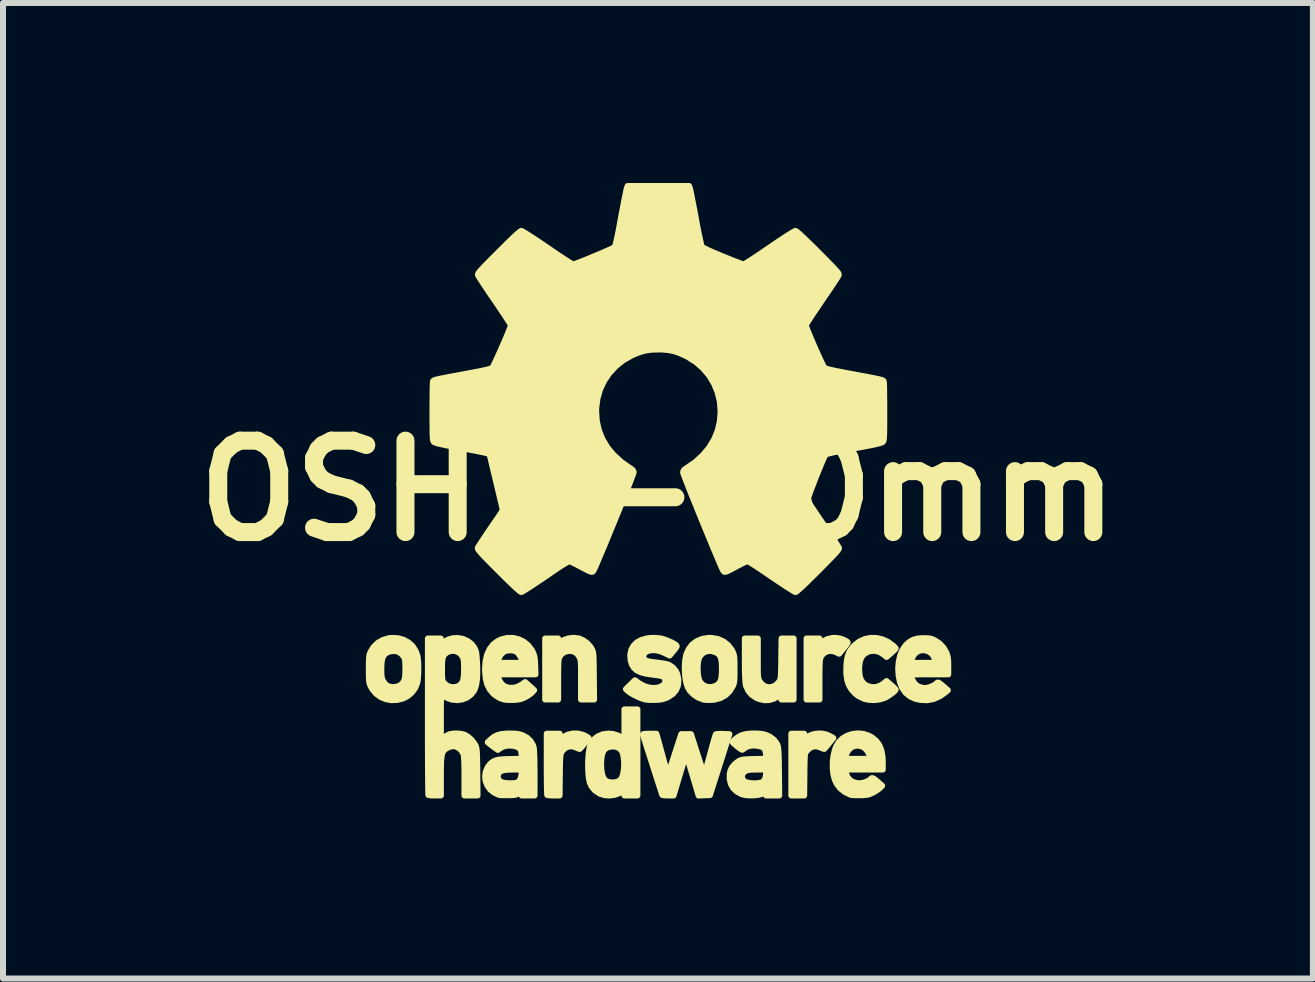
<source format=kicad_pcb>
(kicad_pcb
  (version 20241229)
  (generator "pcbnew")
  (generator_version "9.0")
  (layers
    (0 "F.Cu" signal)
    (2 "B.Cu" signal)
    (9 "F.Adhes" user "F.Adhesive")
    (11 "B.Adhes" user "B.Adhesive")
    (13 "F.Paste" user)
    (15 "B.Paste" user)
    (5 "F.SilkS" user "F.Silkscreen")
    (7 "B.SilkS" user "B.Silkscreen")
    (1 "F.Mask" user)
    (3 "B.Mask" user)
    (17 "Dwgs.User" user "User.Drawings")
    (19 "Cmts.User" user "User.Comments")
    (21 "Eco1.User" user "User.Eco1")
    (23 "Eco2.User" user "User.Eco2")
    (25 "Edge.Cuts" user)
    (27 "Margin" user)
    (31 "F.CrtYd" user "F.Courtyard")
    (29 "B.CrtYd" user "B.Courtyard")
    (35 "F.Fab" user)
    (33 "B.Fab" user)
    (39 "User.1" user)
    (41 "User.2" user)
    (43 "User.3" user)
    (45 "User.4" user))
  (footprint "OSHW-10mm"
    (layer "F.Cu")
    (at 7.918 5.13)
    (property "Reference" "OSHW-10mm" (at 0 0 0) (layer "F.SilkS") (effects (font (size 1.524 1.524) (thickness 0.3))))
    (attr through_hole)
    (fp_poly (pts (xy 3.162 2.53) (xy 3.155 2.545) (xy 3.134 2.575) (xy 3.105 2.613) (xy 3.091 2.63) (xy 3.02 2.717) (xy 2.968 2.691) (xy 2.903 2.67) (xy 2.839 2.673) (xy 2.781 2.696) (xy 2.733 2.74) (xy 2.715 2.77) (xy 2.708 2.785) (xy 2.703 2.806) (xy 2.699 2.833) (xy 2.696 2.871) (xy 2.694 2.922) (xy 2.693 2.991) (xy 2.692 3.08) (xy 2.692 3.146) (xy 2.692 3.48) (xy 2.584 3.48) (xy 2.477 3.48) (xy 2.477 2.972) (xy 2.477 2.464) (xy 2.584 2.464) (xy 2.692 2.464) (xy 2.692 2.508) (xy 2.692 2.553) (xy 2.743 2.517) (xy 2.822 2.474) (xy 2.911 2.454) (xy 2.975 2.454) (xy 3.019 2.461) (xy 3.066 2.474) (xy 3.11 2.492) (xy 3.144 2.51) (xy 3.161 2.526) (xy 3.162 2.53)) (stroke (width 0.1) (type solid)) (fill yes) (layer "F.SilkS"))
    (fp_poly (pts (xy 2.923 4.123) (xy 2.85 4.211) (xy 2.817 4.251) (xy 2.791 4.282) (xy 2.775 4.301) (xy 2.772 4.304) (xy 2.76 4.302) (xy 2.732 4.291) (xy 2.71 4.281) (xy 2.645 4.26) (xy 2.583 4.263) (xy 2.525 4.292) (xy 2.473 4.346) (xy 2.471 4.348) (xy 2.463 4.36) (xy 2.457 4.374) (xy 2.452 4.393) (xy 2.449 4.42) (xy 2.446 4.459) (xy 2.444 4.512) (xy 2.443 4.583) (xy 2.441 4.675) (xy 2.441 4.732) (xy 2.437 5.08) (xy 2.33 5.08) (xy 2.223 5.08) (xy 2.223 4.566) (xy 2.223 4.051) (xy 2.33 4.051) (xy 2.438 4.051) (xy 2.438 4.104) (xy 2.438 4.158) (xy 2.473 4.125) (xy 2.514 4.092) (xy 2.556 4.07) (xy 2.611 4.055) (xy 2.632 4.051) (xy 2.72 4.046) (xy 2.808 4.064) (xy 2.875 4.094) (xy 2.923 4.123)) (stroke (width 0.1) (type solid)) (fill yes) (layer "F.SilkS"))
    (fp_poly (pts (xy -1.156 4.122) (xy -1.163 4.135) (xy -1.183 4.161) (xy -1.21 4.195) (xy -1.24 4.232) (xy -1.269 4.266) (xy -1.293 4.292) (xy -1.306 4.305) (xy -1.307 4.305) (xy -1.321 4.3) (xy -1.35 4.287) (xy -1.368 4.279) (xy -1.433 4.26) (xy -1.495 4.265) (xy -1.552 4.293) (xy -1.599 4.342) (xy -1.61 4.36) (xy -1.617 4.376) (xy -1.622 4.396) (xy -1.626 4.424) (xy -1.629 4.464) (xy -1.632 4.518) (xy -1.634 4.589) (xy -1.635 4.681) (xy -1.636 4.74) (xy -1.64 5.08) (xy -1.739 5.08) (xy -1.787 5.079) (xy -1.824 5.076) (xy -1.844 5.072) (xy -1.846 5.072) (xy -1.848 5.057) (xy -1.849 5.021) (xy -1.851 4.964) (xy -1.852 4.89) (xy -1.853 4.802) (xy -1.854 4.702) (xy -1.854 4.593) (xy -1.854 4.557) (xy -1.854 4.051) (xy -1.746 4.051) (xy -1.638 4.051) (xy -1.638 4.102) (xy -1.638 4.153) (xy -1.581 4.109) (xy -1.507 4.068) (xy -1.423 4.047) (xy -1.335 4.047) (xy -1.25 4.069) (xy -1.222 4.081) (xy -1.187 4.101) (xy -1.163 4.116) (xy -1.156 4.122)) (stroke (width 0.1) (type solid)) (fill yes) (layer "F.SilkS"))
    (fp_poly (pts (xy 2.261 3.48) (xy 2.159 3.48) (xy 2.057 3.48) (xy 2.057 3.428) (xy 2.057 3.376) (xy 2.007 3.42) (xy 1.934 3.466) (xy 1.852 3.49) (xy 1.765 3.491) (xy 1.677 3.469) (xy 1.636 3.451) (xy 1.559 3.398) (xy 1.503 3.331) (xy 1.467 3.249) (xy 1.462 3.225) (xy 1.458 3.193) (xy 1.454 3.139) (xy 1.451 3.067) (xy 1.449 2.98) (xy 1.448 2.881) (xy 1.448 2.812) (xy 1.448 2.464) (xy 1.556 2.464) (xy 1.664 2.464) (xy 1.664 2.792) (xy 1.664 2.892) (xy 1.664 2.97) (xy 1.665 3.03) (xy 1.667 3.074) (xy 1.67 3.106) (xy 1.674 3.13) (xy 1.68 3.149) (xy 1.688 3.166) (xy 1.693 3.175) (xy 1.733 3.228) (xy 1.785 3.262) (xy 1.843 3.276) (xy 1.903 3.27) (xy 1.96 3.245) (xy 2.008 3.199) (xy 2.025 3.175) (xy 2.033 3.16) (xy 2.039 3.143) (xy 2.044 3.12) (xy 2.048 3.089) (xy 2.05 3.046) (xy 2.052 2.988) (xy 2.054 2.912) (xy 2.055 2.814) (xy 2.055 2.797) (xy 2.06 2.464) (xy 2.16 2.464) (xy 2.261 2.464) (xy 2.261 2.972) (xy 2.261 3.48)) (stroke (width 0.1) (type solid)) (fill yes) (layer "F.SilkS"))
    (fp_poly (pts (xy -1.065 3.48) (xy -1.174 3.48) (xy -1.283 3.48) (xy -1.283 3.152) (xy -1.283 3.052) (xy -1.283 2.974) (xy -1.284 2.915) (xy -1.286 2.87) (xy -1.289 2.837) (xy -1.294 2.813) (xy -1.3 2.794) (xy -1.307 2.776) (xy -1.311 2.768) (xy -1.35 2.713) (xy -1.401 2.681) (xy -1.466 2.67) (xy -1.49 2.671) (xy -1.557 2.687) (xy -1.609 2.723) (xy -1.641 2.77) (xy -1.648 2.785) (xy -1.654 2.806) (xy -1.658 2.833) (xy -1.66 2.871) (xy -1.662 2.922) (xy -1.663 2.991) (xy -1.664 3.08) (xy -1.664 3.146) (xy -1.664 3.48) (xy -1.772 3.48) (xy -1.88 3.48) (xy -1.88 2.972) (xy -1.88 2.464) (xy -1.772 2.464) (xy -1.664 2.464) (xy -1.664 2.51) (xy -1.664 2.557) (xy -1.635 2.531) (xy -1.572 2.489) (xy -1.494 2.462) (xy -1.41 2.452) (xy -1.328 2.461) (xy -1.313 2.464) (xy -1.244 2.495) (xy -1.178 2.543) (xy -1.125 2.603) (xy -1.105 2.636) (xy -1.096 2.654) (xy -1.089 2.672) (xy -1.083 2.691) (xy -1.079 2.716) (xy -1.076 2.749) (xy -1.074 2.794) (xy -1.072 2.853) (xy -1.071 2.93) (xy -1.07 3.028) (xy -1.069 3.089) (xy -1.065 3.48)) (stroke (width 0.1) (type solid)) (fill yes) (layer "F.SilkS"))
    (fp_poly (pts (xy 3.962 3.316) (xy 3.952 3.332) (xy 3.926 3.357) (xy 3.888 3.386) (xy 3.846 3.416) (xy 3.803 3.442) (xy 3.785 3.451) (xy 3.702 3.478) (xy 3.607 3.49) (xy 3.51 3.485) (xy 3.433 3.467) (xy 3.347 3.426) (xy 3.29 3.383) (xy 3.228 3.316) (xy 3.183 3.241) (xy 3.154 3.154) (xy 3.14 3.051) (xy 3.14 2.933) (xy 3.148 2.833) (xy 3.165 2.752) (xy 3.193 2.685) (xy 3.233 2.624) (xy 3.275 2.578) (xy 3.356 2.514) (xy 3.446 2.473) (xy 3.543 2.453) (xy 3.643 2.455) (xy 3.742 2.478) (xy 3.838 2.522) (xy 3.926 2.588) (xy 3.927 2.589) (xy 3.95 2.612) (xy 3.962 2.628) (xy 3.962 2.63) (xy 3.953 2.642) (xy 3.93 2.666) (xy 3.896 2.697) (xy 3.886 2.705) (xy 3.81 2.771) (xy 3.769 2.736) (xy 3.697 2.69) (xy 3.622 2.669) (xy 3.544 2.672) (xy 3.485 2.691) (xy 3.429 2.727) (xy 3.39 2.779) (xy 3.365 2.848) (xy 3.354 2.937) (xy 3.353 2.972) (xy 3.359 3.067) (xy 3.379 3.143) (xy 3.414 3.2) (xy 3.464 3.242) (xy 3.485 3.252) (xy 3.562 3.275) (xy 3.64 3.272) (xy 3.715 3.245) (xy 3.769 3.208) (xy 3.81 3.173) (xy 3.886 3.239) (xy 3.922 3.272) (xy 3.949 3.298) (xy 3.962 3.314) (xy 3.962 3.316)) (stroke (width 0.1) (type solid)) (fill yes) (layer "F.SilkS"))
    (fp_poly (pts (xy -0.343 5.08) (xy -0.451 5.08) (xy -0.559 5.08) (xy -0.559 5.027) (xy -0.559 4.974) (xy -0.564 4.979) (xy -0.564 4.588) (xy -0.565 4.513) (xy -0.572 4.442) (xy -0.584 4.381) (xy -0.601 4.339) (xy -0.602 4.337) (xy -0.644 4.292) (xy -0.699 4.268) (xy -0.756 4.262) (xy -0.823 4.271) (xy -0.876 4.299) (xy -0.909 4.337) (xy -0.927 4.379) (xy -0.94 4.439) (xy -0.947 4.511) (xy -0.948 4.588) (xy -0.943 4.662) (xy -0.928 4.741) (xy -0.904 4.798) (xy -0.87 4.836) (xy -0.822 4.857) (xy -0.759 4.864) (xy -0.758 4.864) (xy -0.713 4.86) (xy -0.673 4.85) (xy -0.662 4.846) (xy -0.626 4.82) (xy -0.601 4.784) (xy -0.583 4.731) (xy -0.57 4.661) (xy -0.564 4.588) (xy -0.564 4.979) (xy -0.587 5.001) (xy -0.65 5.043) (xy -0.726 5.07) (xy -0.809 5.081) (xy -0.893 5.074) (xy -0.97 5.05) (xy -0.975 5.047) (xy -1.049 4.997) (xy -1.105 4.931) (xy -1.136 4.865) (xy -1.15 4.804) (xy -1.159 4.728) (xy -1.164 4.64) (xy -1.165 4.548) (xy -1.161 4.456) (xy -1.154 4.37) (xy -1.142 4.296) (xy -1.127 4.238) (xy -1.119 4.22) (xy -1.069 4.148) (xy -1.003 4.095) (xy -0.922 4.061) (xy -0.829 4.048) (xy -0.826 4.048) (xy -0.743 4.056) (xy -0.665 4.081) (xy -0.6 4.119) (xy -0.588 4.13) (xy -0.559 4.157) (xy -0.559 3.901) (xy -0.559 3.645) (xy -0.451 3.645) (xy -0.343 3.645) (xy -0.343 4.362) (xy -0.343 5.08)) (stroke (width 0.1) (type solid)) (fill yes) (layer "F.SilkS"))
    (fp_poly (pts (xy 3.747 4.648) (xy 3.531 4.648) (xy 3.531 4.47) (xy 3.531 4.441) (xy 3.52 4.39) (xy 3.491 4.338) (xy 3.45 4.293) (xy 3.416 4.27) (xy 3.351 4.249) (xy 3.287 4.251) (xy 3.228 4.274) (xy 3.18 4.316) (xy 3.144 4.374) (xy 3.13 4.423) (xy 3.121 4.47) (xy 3.326 4.47) (xy 3.531 4.47) (xy 3.531 4.648) (xy 3.434 4.648) (xy 3.121 4.648) (xy 3.13 4.696) (xy 3.155 4.768) (xy 3.198 4.823) (xy 3.257 4.859) (xy 3.331 4.876) (xy 3.355 4.877) (xy 3.415 4.87) (xy 3.473 4.852) (xy 3.521 4.828) (xy 3.542 4.809) (xy 3.556 4.795) (xy 3.57 4.79) (xy 3.589 4.795) (xy 3.616 4.813) (xy 3.656 4.846) (xy 3.69 4.876) (xy 3.737 4.917) (xy 3.7 4.955) (xy 3.67 4.98) (xy 3.626 5.009) (xy 3.582 5.033) (xy 3.54 5.052) (xy 3.505 5.065) (xy 3.467 5.071) (xy 3.418 5.075) (xy 3.372 5.076) (xy 3.314 5.076) (xy 3.263 5.075) (xy 3.226 5.071) (xy 3.213 5.069) (xy 3.12 5.025) (xy 3.039 4.962) (xy 2.98 4.885) (xy 2.946 4.811) (xy 2.923 4.72) (xy 2.913 4.619) (xy 2.914 4.513) (xy 2.927 4.408) (xy 2.953 4.31) (xy 2.969 4.267) (xy 3.016 4.19) (xy 3.079 4.128) (xy 3.156 4.083) (xy 3.242 4.055) (xy 3.334 4.045) (xy 3.426 4.054) (xy 3.516 4.084) (xy 3.571 4.115) (xy 3.64 4.173) (xy 3.692 4.246) (xy 3.726 4.334) (xy 3.744 4.44) (xy 3.747 4.515) (xy 3.747 4.648)) (stroke (width 0.1) (type solid)) (fill yes) (layer "F.SilkS"))
    (fp_poly (pts (xy 1.276 2.972) (xy 1.276 3.054) (xy 1.275 3.115) (xy 1.273 3.16) (xy 1.268 3.194) (xy 1.262 3.22) (xy 1.253 3.243) (xy 1.249 3.253) (xy 1.196 3.34) (xy 1.127 3.408) (xy 1.066 3.442) (xy 1.066 2.972) (xy 1.064 2.884) (xy 1.056 2.817) (xy 1.042 2.768) (xy 1.019 2.732) (xy 0.986 2.705) (xy 0.957 2.69) (xy 0.886 2.67) (xy 0.818 2.674) (xy 0.757 2.699) (xy 0.708 2.746) (xy 0.694 2.767) (xy 0.676 2.815) (xy 0.665 2.879) (xy 0.661 2.953) (xy 0.663 3.029) (xy 0.672 3.1) (xy 0.688 3.159) (xy 0.703 3.19) (xy 0.749 3.238) (xy 0.808 3.267) (xy 0.874 3.275) (xy 0.942 3.261) (xy 0.967 3.25) (xy 1.005 3.226) (xy 1.032 3.193) (xy 1.051 3.149) (xy 1.061 3.09) (xy 1.066 3.011) (xy 1.066 2.972) (xy 1.066 3.442) (xy 1.043 3.455) (xy 0.945 3.482) (xy 0.893 3.487) (xy 0.84 3.488) (xy 0.791 3.486) (xy 0.758 3.482) (xy 0.756 3.481) (xy 0.671 3.448) (xy 0.595 3.398) (xy 0.533 3.336) (xy 0.495 3.272) (xy 0.472 3.201) (xy 0.456 3.112) (xy 0.448 3.014) (xy 0.447 2.914) (xy 0.455 2.819) (xy 0.471 2.737) (xy 0.474 2.726) (xy 0.515 2.637) (xy 0.573 2.563) (xy 0.648 2.507) (xy 0.737 2.47) (xy 0.836 2.454) (xy 0.896 2.454) (xy 0.999 2.472) (xy 1.09 2.512) (xy 1.167 2.572) (xy 1.228 2.651) (xy 1.249 2.691) (xy 1.259 2.715) (xy 1.266 2.739) (xy 1.271 2.769) (xy 1.274 2.809) (xy 1.276 2.864) (xy 1.276 2.938) (xy 1.276 2.972)) (stroke (width 0.1) (type solid)) (fill yes) (layer "F.SilkS"))
    (fp_poly (pts (xy -3.995 2.942) (xy -3.995 3.023) (xy -3.999 3.099) (xy -4.005 3.162) (xy -4.011 3.197) (xy -4.046 3.286) (xy -4.101 3.362) (xy -4.171 3.422) (xy -4.21 3.442) (xy -4.21 2.972) (xy -4.211 2.9) (xy -4.213 2.848) (xy -4.218 2.811) (xy -4.226 2.784) (xy -4.232 2.773) (xy -4.275 2.719) (xy -4.331 2.684) (xy -4.397 2.67) (xy -4.466 2.678) (xy -4.501 2.69) (xy -4.542 2.714) (xy -4.573 2.746) (xy -4.593 2.79) (xy -4.606 2.849) (xy -4.611 2.928) (xy -4.612 2.973) (xy -4.611 3.039) (xy -4.608 3.086) (xy -4.602 3.121) (xy -4.593 3.15) (xy -4.582 3.172) (xy -4.544 3.228) (xy -4.494 3.261) (xy -4.431 3.274) (xy -4.397 3.273) (xy -4.341 3.263) (xy -4.299 3.245) (xy -4.295 3.242) (xy -4.262 3.214) (xy -4.239 3.182) (xy -4.223 3.143) (xy -4.214 3.091) (xy -4.211 3.021) (xy -4.21 2.972) (xy -4.21 3.442) (xy -4.254 3.464) (xy -4.347 3.488) (xy -4.446 3.491) (xy -4.535 3.475) (xy -4.624 3.438) (xy -4.702 3.38) (xy -4.765 3.303) (xy -4.793 3.252) (xy -4.803 3.228) (xy -4.81 3.204) (xy -4.815 3.173) (xy -4.818 3.133) (xy -4.819 3.077) (xy -4.82 3.002) (xy -4.82 2.972) (xy -4.819 2.89) (xy -4.818 2.828) (xy -4.816 2.783) (xy -4.812 2.75) (xy -4.806 2.724) (xy -4.797 2.7) (xy -4.793 2.691) (xy -4.739 2.604) (xy -4.669 2.536) (xy -4.584 2.487) (xy -4.486 2.459) (xy -4.439 2.454) (xy -4.335 2.458) (xy -4.241 2.484) (xy -4.158 2.53) (xy -4.089 2.593) (xy -4.038 2.673) (xy -4.011 2.747) (xy -4.003 2.797) (xy -3.997 2.864) (xy -3.995 2.942)) (stroke (width 0.1) (type solid)) (fill yes) (layer "F.SilkS"))
    (fp_poly (pts (xy -2.042 3.061) (xy -2.261 3.061) (xy -2.261 2.847) (xy -2.269 2.814) (xy -2.289 2.771) (xy -2.316 2.728) (xy -2.345 2.694) (xy -2.354 2.687) (xy -2.398 2.667) (xy -2.454 2.66) (xy -2.511 2.663) (xy -2.56 2.679) (xy -2.573 2.687) (xy -2.627 2.739) (xy -2.657 2.8) (xy -2.663 2.823) (xy -2.67 2.87) (xy -2.465 2.87) (xy -2.389 2.87) (xy -2.334 2.869) (xy -2.297 2.867) (xy -2.275 2.864) (xy -2.264 2.858) (xy -2.261 2.851) (xy -2.261 2.847) (xy -2.261 3.061) (xy -2.354 3.061) (xy -2.667 3.061) (xy -2.667 3.09) (xy -2.661 3.118) (xy -2.647 3.157) (xy -2.638 3.175) (xy -2.597 3.231) (xy -2.542 3.268) (xy -2.476 3.286) (xy -2.405 3.285) (xy -2.331 3.265) (xy -2.259 3.224) (xy -2.254 3.22) (xy -2.214 3.19) (xy -2.139 3.257) (xy -2.064 3.325) (xy -2.102 3.365) (xy -2.134 3.392) (xy -2.178 3.422) (xy -2.219 3.444) (xy -2.265 3.465) (xy -2.307 3.477) (xy -2.356 3.484) (xy -2.409 3.487) (xy -2.467 3.488) (xy -2.521 3.486) (xy -2.561 3.481) (xy -2.569 3.479) (xy -2.641 3.454) (xy -2.707 3.413) (xy -2.745 3.382) (xy -2.803 3.313) (xy -2.846 3.228) (xy -2.872 3.126) (xy -2.882 3.004) (xy -2.883 2.976) (xy -2.874 2.844) (xy -2.848 2.731) (xy -2.804 2.637) (xy -2.744 2.561) (xy -2.666 2.503) (xy -2.609 2.477) (xy -2.513 2.454) (xy -2.416 2.454) (xy -2.323 2.476) (xy -2.237 2.518) (xy -2.163 2.579) (xy -2.103 2.657) (xy -2.085 2.692) (xy -2.07 2.728) (xy -2.06 2.764) (xy -2.053 2.806) (xy -2.049 2.862) (xy -2.047 2.911) (xy -2.042 3.061)) (stroke (width 0.1) (type solid)) (fill yes) (layer "F.SilkS"))
    (fp_poly (pts (xy 4.839 3.061) (xy 4.626 3.061) (xy 4.626 2.87) (xy 4.618 2.823) (xy 4.597 2.76) (xy 4.559 2.712) (xy 4.51 2.678) (xy 4.452 2.66) (xy 4.393 2.658) (xy 4.336 2.675) (xy 4.285 2.711) (xy 4.261 2.742) (xy 4.24 2.782) (xy 4.225 2.822) (xy 4.223 2.829) (xy 4.214 2.87) (xy 4.42 2.87) (xy 4.626 2.87) (xy 4.626 3.061) (xy 4.528 3.061) (xy 4.428 3.061) (xy 4.351 3.061) (xy 4.294 3.063) (xy 4.255 3.066) (xy 4.23 3.072) (xy 4.219 3.082) (xy 4.217 3.096) (xy 4.223 3.115) (xy 4.233 3.14) (xy 4.236 3.147) (xy 4.276 3.213) (xy 4.33 3.259) (xy 4.399 3.284) (xy 4.458 3.289) (xy 4.498 3.283) (xy 4.547 3.267) (xy 4.596 3.245) (xy 4.634 3.221) (xy 4.646 3.209) (xy 4.657 3.199) (xy 4.671 3.198) (xy 4.69 3.207) (xy 4.72 3.229) (xy 4.763 3.266) (xy 4.782 3.282) (xy 4.832 3.326) (xy 4.794 3.359) (xy 4.697 3.427) (xy 4.593 3.472) (xy 4.485 3.492) (xy 4.373 3.487) (xy 4.289 3.468) (xy 4.2 3.427) (xy 4.128 3.367) (xy 4.072 3.288) (xy 4.033 3.189) (xy 4.012 3.085) (xy 4.004 2.964) (xy 4.014 2.849) (xy 4.038 2.743) (xy 4.077 2.652) (xy 4.129 2.578) (xy 4.135 2.571) (xy 4.193 2.519) (xy 4.253 2.485) (xy 4.321 2.465) (xy 4.404 2.458) (xy 4.426 2.458) (xy 4.485 2.459) (xy 4.529 2.463) (xy 4.565 2.472) (xy 4.603 2.488) (xy 4.613 2.493) (xy 4.692 2.545) (xy 4.759 2.616) (xy 4.807 2.698) (xy 4.813 2.713) (xy 4.826 2.754) (xy 4.834 2.8) (xy 4.838 2.856) (xy 4.839 2.921) (xy 4.839 3.061)) (stroke (width 0.1) (type solid)) (fill yes) (layer "F.SilkS"))
    (fp_poly (pts (xy -2.057 5.08) (xy -2.165 5.08) (xy -2.273 5.08) (xy -2.273 5.041) (xy -2.273 5.003) (xy -2.273 4.706) (xy -2.273 4.648) (xy -2.415 4.648) (xy -2.498 4.65) (xy -2.56 4.656) (xy -2.605 4.668) (xy -2.636 4.685) (xy -2.658 4.711) (xy -2.66 4.714) (xy -2.673 4.759) (xy -2.665 4.804) (xy -2.636 4.841) (xy -2.612 4.856) (xy -2.576 4.867) (xy -2.523 4.874) (xy -2.463 4.877) (xy -2.405 4.875) (xy -2.358 4.868) (xy -2.343 4.864) (xy -2.311 4.839) (xy -2.288 4.795) (xy -2.275 4.737) (xy -2.273 4.706) (xy -2.273 5.003) (xy -2.32 5.038) (xy -2.343 5.054) (xy -2.366 5.065) (xy -2.394 5.071) (xy -2.436 5.074) (xy -2.494 5.076) (xy -2.552 5.076) (xy -2.604 5.075) (xy -2.642 5.071) (xy -2.654 5.069) (xy -2.734 5.031) (xy -2.798 4.978) (xy -2.844 4.913) (xy -2.873 4.839) (xy -2.882 4.762) (xy -2.871 4.684) (xy -2.838 4.609) (xy -2.802 4.561) (xy -2.772 4.532) (xy -2.739 4.51) (xy -2.7 4.494) (xy -2.65 4.483) (xy -2.585 4.477) (xy -2.5 4.473) (xy -2.473 4.473) (xy -2.273 4.468) (xy -2.273 4.4) (xy -2.28 4.34) (xy -2.302 4.298) (xy -2.342 4.271) (xy -2.4 4.254) (xy -2.486 4.247) (xy -2.561 4.258) (xy -2.622 4.286) (xy -2.626 4.289) (xy -2.668 4.32) (xy -2.715 4.288) (xy -2.755 4.259) (xy -2.794 4.229) (xy -2.8 4.224) (xy -2.838 4.193) (xy -2.785 4.143) (xy -2.733 4.102) (xy -2.675 4.073) (xy -2.605 4.056) (xy -2.519 4.048) (xy -2.464 4.047) (xy -2.393 4.049) (xy -2.339 4.054) (xy -2.294 4.064) (xy -2.258 4.076) (xy -2.184 4.116) (xy -2.125 4.171) (xy -2.085 4.238) (xy -2.071 4.281) (xy -2.067 4.312) (xy -2.064 4.365) (xy -2.061 4.437) (xy -2.059 4.524) (xy -2.058 4.623) (xy -2.057 4.712) (xy -2.057 5.08)) (stroke (width 0.1) (type solid)) (fill yes) (layer "F.SilkS"))
    (fp_poly (pts (xy 0.341 3.158) (xy 0.334 3.243) (xy 0.304 3.319) (xy 0.251 3.383) (xy 0.177 3.435) (xy 0.151 3.448) (xy 0.102 3.467) (xy 0.056 3.479) (xy 0.001 3.485) (xy -0.044 3.487) (xy -0.104 3.488) (xy -0.161 3.486) (xy -0.206 3.481) (xy -0.215 3.479) (xy -0.268 3.464) (xy -0.331 3.437) (xy -0.397 3.405) (xy -0.455 3.372) (xy -0.493 3.344) (xy -0.534 3.308) (xy -0.459 3.234) (xy -0.384 3.16) (xy -0.319 3.207) (xy -0.23 3.257) (xy -0.136 3.284) (xy -0.065 3.289) (xy 0.004 3.281) (xy 0.06 3.26) (xy 0.101 3.229) (xy 0.123 3.189) (xy 0.122 3.146) (xy 0.113 3.123) (xy 0.096 3.106) (xy 0.067 3.092) (xy 0.022 3.081) (xy -0.041 3.072) (xy -0.094 3.065) (xy -0.202 3.049) (xy -0.288 3.026) (xy -0.354 2.993) (xy -0.402 2.95) (xy -0.435 2.896) (xy -0.456 2.827) (xy -0.456 2.825) (xy -0.462 2.735) (xy -0.446 2.654) (xy -0.408 2.585) (xy -0.351 2.528) (xy -0.275 2.487) (xy -0.182 2.461) (xy -0.127 2.455) (xy -0.066 2.453) (xy -0.003 2.457) (xy 0.044 2.462) (xy 0.1 2.477) (xy 0.164 2.501) (xy 0.227 2.529) (xy 0.278 2.557) (xy 0.297 2.571) (xy 0.308 2.58) (xy 0.312 2.589) (xy 0.309 2.603) (xy 0.295 2.624) (xy 0.269 2.657) (xy 0.23 2.705) (xy 0.225 2.71) (xy 0.195 2.747) (xy 0.112 2.706) (xy 0.048 2.68) (xy -0.016 2.662) (xy -0.042 2.658) (xy -0.111 2.658) (xy -0.169 2.671) (xy -0.213 2.695) (xy -0.239 2.729) (xy -0.245 2.769) (xy -0.24 2.79) (xy -0.228 2.812) (xy -0.207 2.828) (xy -0.173 2.841) (xy -0.122 2.852) (xy -0.052 2.861) (xy -0.016 2.865) (xy 0.048 2.873) (xy 0.108 2.883) (xy 0.155 2.893) (xy 0.182 2.902) (xy 0.249 2.947) (xy 0.299 3.008) (xy 0.324 3.064) (xy 0.341 3.158)) (stroke (width 0.1) (type solid)) (fill yes) (layer "F.SilkS"))
    (fp_poly (pts (xy 1.19 4.058) (xy 1.028 4.566) (xy 0.866 5.074) (xy 0.771 5.077) (xy 0.677 5.081) (xy 0.578 4.747) (xy 0.552 4.659) (xy 0.528 4.579) (xy 0.507 4.511) (xy 0.49 4.457) (xy 0.478 4.42) (xy 0.472 4.405) (xy 0.471 4.404) (xy 0.466 4.414) (xy 0.454 4.445) (xy 0.438 4.494) (xy 0.417 4.558) (xy 0.393 4.636) (xy 0.367 4.722) (xy 0.362 4.738) (xy 0.26 5.08) (xy 0.169 5.08) (xy 0.124 5.079) (xy 0.089 5.076) (xy 0.072 5.071) (xy 0.072 5.07) (xy 0.067 5.057) (xy 0.055 5.021) (xy 0.038 4.967) (xy 0.015 4.896) (xy -0.013 4.812) (xy -0.043 4.716) (xy -0.076 4.612) (xy -0.089 4.572) (xy -0.123 4.465) (xy -0.155 4.366) (xy -0.184 4.276) (xy -0.208 4.199) (xy -0.228 4.137) (xy -0.242 4.093) (xy -0.25 4.07) (xy -0.251 4.067) (xy -0.247 4.059) (xy -0.227 4.054) (xy -0.187 4.052) (xy -0.142 4.051) (xy -0.027 4.051) (xy -0.008 4.115) (xy 0.000434 4.147) (xy 0.015 4.198) (xy 0.033 4.264) (xy 0.054 4.341) (xy 0.077 4.424) (xy 0.084 4.452) (xy 0.106 4.531) (xy 0.126 4.601) (xy 0.143 4.658) (xy 0.156 4.7) (xy 0.164 4.722) (xy 0.165 4.724) (xy 0.171 4.713) (xy 0.183 4.68) (xy 0.201 4.629) (xy 0.223 4.564) (xy 0.249 4.486) (xy 0.277 4.4) (xy 0.28 4.391) (xy 0.388 4.058) (xy 0.469 4.058) (xy 0.55 4.058) (xy 0.659 4.397) (xy 0.687 4.484) (xy 0.713 4.562) (xy 0.736 4.627) (xy 0.755 4.678) (xy 0.768 4.71) (xy 0.776 4.721) (xy 0.776 4.721) (xy 0.782 4.705) (xy 0.793 4.668) (xy 0.808 4.613) (xy 0.828 4.544) (xy 0.85 4.464) (xy 0.87 4.388) (xy 0.894 4.302) (xy 0.915 4.224) (xy 0.934 4.157) (xy 0.95 4.106) (xy 0.96 4.072) (xy 0.965 4.06) (xy 0.981 4.056) (xy 1.016 4.054) (xy 1.063 4.053) (xy 1.082 4.054) (xy 1.19 4.058)) (stroke (width 0.1) (type solid)) (fill yes) (layer "F.SilkS"))
    (fp_poly (pts (xy 2.021 5.08) (xy 1.912 5.08) (xy 1.803 5.08) (xy 1.803 4.648) (xy 1.654 4.648) (xy 1.583 4.649) (xy 1.531 4.652) (xy 1.494 4.658) (xy 1.466 4.668) (xy 1.461 4.67) (xy 1.42 4.702) (xy 1.4 4.743) (xy 1.401 4.787) (xy 1.423 4.828) (xy 1.451 4.852) (xy 1.491 4.866) (xy 1.546 4.875) (xy 1.608 4.878) (xy 1.669 4.875) (xy 1.72 4.865) (xy 1.74 4.858) (xy 1.773 4.827) (xy 1.795 4.775) (xy 1.803 4.706) (xy 1.803 4.696) (xy 1.803 4.648) (xy 1.803 5.08) (xy 1.803 5.032) (xy 1.802 5.003) (xy 1.797 4.997) (xy 1.789 5.008) (xy 1.769 5.028) (xy 1.736 5.049) (xy 1.723 5.056) (xy 1.673 5.07) (xy 1.607 5.078) (xy 1.535 5.079) (xy 1.464 5.074) (xy 1.405 5.061) (xy 1.398 5.059) (xy 1.319 5.019) (xy 1.259 4.963) (xy 1.217 4.893) (xy 1.196 4.812) (xy 1.196 4.724) (xy 1.207 4.67) (xy 1.234 4.613) (xy 1.28 4.558) (xy 1.337 4.513) (xy 1.351 4.505) (xy 1.374 4.494) (xy 1.399 4.486) (xy 1.431 4.481) (xy 1.474 4.477) (xy 1.534 4.474) (xy 1.605 4.473) (xy 1.806 4.468) (xy 1.801 4.393) (xy 1.792 4.335) (xy 1.773 4.296) (xy 1.738 4.272) (xy 1.683 4.256) (xy 1.676 4.254) (xy 1.598 4.246) (xy 1.527 4.253) (xy 1.469 4.274) (xy 1.449 4.288) (xy 1.423 4.307) (xy 1.405 4.318) (xy 1.404 4.318) (xy 1.389 4.311) (xy 1.361 4.292) (xy 1.327 4.266) (xy 1.293 4.238) (xy 1.264 4.213) (xy 1.247 4.196) (xy 1.245 4.192) (xy 1.255 4.173) (xy 1.282 4.147) (xy 1.32 4.118) (xy 1.362 4.092) (xy 1.403 4.073) (xy 1.411 4.07) (xy 1.476 4.055) (xy 1.555 4.048) (xy 1.64 4.047) (xy 1.722 4.053) (xy 1.79 4.067) (xy 1.791 4.067) (xy 1.864 4.1) (xy 1.928 4.147) (xy 1.975 4.205) (xy 1.989 4.232) (xy 1.995 4.25) (xy 2.001 4.271) (xy 2.005 4.299) (xy 2.008 4.337) (xy 2.011 4.386) (xy 2.013 4.452) (xy 2.015 4.535) (xy 2.016 4.64) (xy 2.017 4.683) (xy 2.021 5.08)) (stroke (width 0.1) (type solid)) (fill yes) (layer "F.SilkS"))
    (fp_poly (pts (xy -3.008 5.08) (xy -3.117 5.08) (xy -3.226 5.08) (xy -3.226 4.761) (xy -3.226 4.641) (xy -3.228 4.543) (xy -3.232 4.468) (xy -3.236 4.416) (xy -3.241 4.392) (xy -3.268 4.339) (xy -3.313 4.294) (xy -3.366 4.265) (xy -3.386 4.26) (xy -3.439 4.26) (xy -3.496 4.278) (xy -3.546 4.307) (xy -3.572 4.333) (xy -3.586 4.354) (xy -3.596 4.381) (xy -3.605 4.415) (xy -3.611 4.46) (xy -3.615 4.519) (xy -3.617 4.595) (xy -3.619 4.691) (xy -3.619 4.778) (xy -3.619 5.08) (xy -3.719 5.08) (xy -3.767 5.079) (xy -3.805 5.076) (xy -3.825 5.072) (xy -3.827 5.072) (xy -3.828 5.058) (xy -3.829 5.021) (xy -3.83 4.961) (xy -3.831 4.882) (xy -3.832 4.783) (xy -3.833 4.668) (xy -3.834 4.538) (xy -3.834 4.394) (xy -3.835 4.238) (xy -3.835 4.072) (xy -3.835 3.898) (xy -3.835 3.763) (xy -3.835 2.464) (xy -3.728 2.464) (xy -3.621 2.464) (xy -3.617 2.509) (xy -3.613 2.554) (xy -3.57 2.522) (xy -3.494 2.48) (xy -3.412 2.458) (xy -3.329 2.456) (xy -3.248 2.472) (xy -3.174 2.505) (xy -3.11 2.554) (xy -3.061 2.617) (xy -3.035 2.678) (xy -3.029 2.708) (xy -3.024 2.756) (xy -3.019 2.818) (xy -3.015 2.887) (xy -3.014 2.908) (xy -3.012 3.041) (xy -3.018 3.151) (xy -3.032 3.239) (xy -3.054 3.308) (xy -3.067 3.335) (xy -3.119 3.4) (xy -3.186 3.449) (xy -3.232 3.467) (xy -3.232 2.972) (xy -3.233 2.902) (xy -3.235 2.852) (xy -3.239 2.816) (xy -3.247 2.788) (xy -3.258 2.762) (xy -3.258 2.762) (xy -3.297 2.713) (xy -3.35 2.681) (xy -3.41 2.667) (xy -3.471 2.674) (xy -3.519 2.696) (xy -3.549 2.719) (xy -3.57 2.744) (xy -3.585 2.775) (xy -3.594 2.818) (xy -3.599 2.875) (xy -3.6 2.953) (xy -3.6 2.979) (xy -3.6 3.053) (xy -3.598 3.106) (xy -3.595 3.143) (xy -3.589 3.169) (xy -3.58 3.188) (xy -3.578 3.192) (xy -3.533 3.238) (xy -3.476 3.267) (xy -3.412 3.277) (xy -3.349 3.266) (xy -3.317 3.251) (xy -3.285 3.226) (xy -3.262 3.195) (xy -3.246 3.153) (xy -3.237 3.096) (xy -3.233 3.02) (xy -3.232 2.972) (xy -3.232 3.467) (xy -3.264 3.479) (xy -3.347 3.491) (xy -3.431 3.483) (xy -3.512 3.455) (xy -3.564 3.422) (xy -3.591 3.403) (xy -3.61 3.392) (xy -3.612 3.391) (xy -3.614 3.403) (xy -3.616 3.438) (xy -3.617 3.491) (xy -3.618 3.561) (xy -3.619 3.644) (xy -3.619 3.736) (xy -3.619 3.772) (xy -3.619 4.153) (xy -3.562 4.109) (xy -3.52 4.082) (xy -3.478 4.061) (xy -3.457 4.055) (xy -3.394 4.047) (xy -3.325 4.048) (xy -3.262 4.056) (xy -3.224 4.067) (xy -3.163 4.103) (xy -3.105 4.156) (xy -3.059 4.216) (xy -3.046 4.239) (xy -3.037 4.257) (xy -3.031 4.275) (xy -3.026 4.296) (xy -3.022 4.323) (xy -3.019 4.359) (xy -3.017 4.407) (xy -3.015 4.471) (xy -3.014 4.554) (xy -3.012 4.658) (xy -3.012 4.689) (xy -3.008 5.08)) (stroke (width 0.1) (type solid)) (fill yes) (layer "F.SilkS"))
    (fp_poly (pts (xy 3.772 -1.321) (xy 3.772 -1.197) (xy 3.772 -1.096) (xy 3.771 -1.016) (xy 3.77 -0.953) (xy 3.768 -0.906) (xy 3.766 -0.871) (xy 3.763 -0.847) (xy 3.759 -0.831) (xy 3.754 -0.821) (xy 3.75 -0.816) (xy 3.74 -0.808) (xy 3.722 -0.8) (xy 3.693 -0.791) (xy 3.651 -0.781) (xy 3.595 -0.768) (xy 3.521 -0.753) (xy 3.427 -0.735) (xy 3.311 -0.714) (xy 3.271 -0.706) (xy 3.141 -0.682) (xy 3.035 -0.662) (xy 2.951 -0.645) (xy 2.887 -0.631) (xy 2.84 -0.619) (xy 2.81 -0.609) (xy 2.794 -0.601) (xy 2.793 -0.6) (xy 2.782 -0.582) (xy 2.764 -0.544) (xy 2.74 -0.49) (xy 2.712 -0.423) (xy 2.681 -0.347) (xy 2.648 -0.266) (xy 2.615 -0.183) (xy 2.584 -0.101) (xy 2.554 -0.024) (xy 2.529 0.044) (xy 2.51 0.1) (xy 2.497 0.14) (xy 2.492 0.161) (xy 2.492 0.162) (xy 2.501 0.177) (xy 2.522 0.211) (xy 2.554 0.261) (xy 2.596 0.323) (xy 2.645 0.397) (xy 2.7 0.478) (xy 2.753 0.555) (xy 2.813 0.643) (xy 2.868 0.724) (xy 2.917 0.797) (xy 2.958 0.859) (xy 2.989 0.908) (xy 3.009 0.94) (xy 3.017 0.954) (xy 3.017 0.963) (xy 3.01 0.976) (xy 2.997 0.996) (xy 2.974 1.024) (xy 2.941 1.06) (xy 2.895 1.108) (xy 2.836 1.169) (xy 2.762 1.244) (xy 2.672 1.335) (xy 2.569 1.437) (xy 2.482 1.523) (xy 2.411 1.591) (xy 2.356 1.641) (xy 2.317 1.674) (xy 2.296 1.688) (xy 2.293 1.689) (xy 2.276 1.682) (xy 2.242 1.662) (xy 2.192 1.631) (xy 2.128 1.59) (xy 2.054 1.541) (xy 1.972 1.486) (xy 1.887 1.429) (xy 1.782 1.357) (xy 1.696 1.299) (xy 1.628 1.254) (xy 1.574 1.22) (xy 1.534 1.196) (xy 1.506 1.182) (xy 1.488 1.176) (xy 1.481 1.176) (xy 1.46 1.185) (xy 1.422 1.203) (xy 1.372 1.229) (xy 1.314 1.259) (xy 1.303 1.265) (xy 1.234 1.302) (xy 1.183 1.328) (xy 1.147 1.344) (xy 1.123 1.352) (xy 1.108 1.352) (xy 1.097 1.345) (xy 1.088 1.332) (xy 1.087 1.331) (xy 1.077 1.311) (xy 1.058 1.27) (xy 1.032 1.211) (xy 1 1.135) (xy 0.963 1.047) (xy 0.921 0.947) (xy 0.876 0.838) (xy 0.828 0.723) (xy 0.779 0.603) (xy 0.729 0.482) (xy 0.68 0.361) (xy 0.633 0.244) (xy 0.587 0.132) (xy 0.545 0.027) (xy 0.508 -0.067) (xy 0.476 -0.149) (xy 0.45 -0.216) (xy 0.431 -0.266) (xy 0.421 -0.296) (xy 0.419 -0.304) (xy 0.425 -0.332) (xy 0.445 -0.355) (xy 0.467 -0.37) (xy 0.617 -0.473) (xy 0.745 -0.589) (xy 0.851 -0.715) (xy 0.934 -0.851) (xy 0.994 -0.997) (xy 1.031 -1.152) (xy 1.044 -1.316) (xy 1.044 -1.327) (xy 1.031 -1.487) (xy 0.994 -1.64) (xy 0.936 -1.784) (xy 0.856 -1.917) (xy 0.756 -2.036) (xy 0.638 -2.141) (xy 0.502 -2.228) (xy 0.452 -2.254) (xy 0.352 -2.298) (xy 0.262 -2.327) (xy 0.171 -2.345) (xy 0.071 -2.354) (xy 0.006 -2.355) (xy -0.104 -2.351) (xy -0.198 -2.339) (xy -0.288 -2.316) (xy -0.381 -2.28) (xy -0.44 -2.254) (xy -0.581 -2.173) (xy -0.705 -2.074) (xy -0.811 -1.959) (xy -0.898 -1.831) (xy -0.964 -1.691) (xy -1.008 -1.541) (xy -1.029 -1.383) (xy -1.031 -1.327) (xy -1.02 -1.163) (xy -0.985 -1.007) (xy -0.926 -0.86) (xy -0.845 -0.723) (xy -0.74 -0.597) (xy -0.613 -0.481) (xy -0.465 -0.376) (xy -0.454 -0.37) (xy -0.422 -0.346) (xy -0.408 -0.322) (xy -0.406 -0.304) (xy -0.411 -0.287) (xy -0.425 -0.249) (xy -0.446 -0.193) (xy -0.474 -0.12) (xy -0.509 -0.033) (xy -0.548 0.065) (xy -0.591 0.173) (xy -0.637 0.288) (xy -0.686 0.406) (xy -0.735 0.528) (xy -0.785 0.648) (xy -0.833 0.766) (xy -0.88 0.88) (xy -0.924 0.985) (xy -0.965 1.081) (xy -1 1.165) (xy -1.03 1.235) (xy -1.053 1.287) (xy -1.069 1.321) (xy -1.074 1.331) (xy -1.084 1.344) (xy -1.094 1.351) (xy -1.109 1.352) (xy -1.132 1.346) (xy -1.166 1.33) (xy -1.216 1.305) (xy -1.283 1.269) (xy -1.291 1.265) (xy -1.349 1.234) (xy -1.401 1.208) (xy -1.441 1.188) (xy -1.466 1.177) (xy -1.468 1.176) (xy -1.48 1.177) (xy -1.5 1.185) (xy -1.532 1.202) (xy -1.575 1.228) (xy -1.633 1.265) (xy -1.706 1.314) (xy -1.797 1.376) (xy -1.874 1.429) (xy -1.962 1.488) (xy -2.044 1.543) (xy -2.118 1.592) (xy -2.181 1.632) (xy -2.231 1.663) (xy -2.265 1.683) (xy -2.28 1.689) (xy -2.297 1.68) (xy -2.33 1.652) (xy -2.381 1.607) (xy -2.447 1.544) (xy -2.53 1.463) (xy -2.628 1.366) (xy -2.659 1.335) (xy -2.75 1.244) (xy -2.824 1.169) (xy -2.883 1.108) (xy -2.928 1.06) (xy -2.961 1.023) (xy -2.984 0.996) (xy -2.998 0.976) (xy -3.004 0.963) (xy -3.004 0.954) (xy -2.995 0.937) (xy -2.973 0.902) (xy -2.94 0.852) (xy -2.898 0.788) (xy -2.848 0.714) (xy -2.793 0.632) (xy -2.74 0.555) (xy -2.681 0.469) (xy -2.626 0.388) (xy -2.578 0.315) (xy -2.537 0.254) (xy -2.506 0.206) (xy -2.486 0.175) (xy -2.479 0.162) (xy -2.483 0.145) (xy -2.494 0.108) (xy -2.513 0.055) (xy -2.537 -0.011) (xy -2.565 -0.087) (xy -2.597 -0.168) (xy -2.63 -0.251) (xy -2.662 -0.333) (xy -2.694 -0.41) (xy -2.723 -0.479) (xy -2.747 -0.535) (xy -2.767 -0.576) (xy -2.779 -0.598) (xy -2.78 -0.6) (xy -2.793 -0.608) (xy -2.82 -0.617) (xy -2.863 -0.628) (xy -2.924 -0.642) (xy -3.004 -0.658) (xy -3.106 -0.678) (xy -3.23 -0.701) (xy -3.258 -0.706) (xy -3.381 -0.729) (xy -3.481 -0.748) (xy -3.561 -0.764) (xy -3.623 -0.777) (xy -3.669 -0.788) (xy -3.701 -0.798) (xy -3.722 -0.806) (xy -3.735 -0.813) (xy -3.737 -0.816) (xy -3.743 -0.824) (xy -3.747 -0.836) (xy -3.751 -0.854) (xy -3.754 -0.881) (xy -3.756 -0.92) (xy -3.757 -0.972) (xy -3.758 -1.04) (xy -3.759 -1.127) (xy -3.759 -1.235) (xy -3.759 -1.321) (xy -3.759 -1.43) (xy -3.758 -1.531) (xy -3.758 -1.621) (xy -3.756 -1.699) (xy -3.755 -1.759) (xy -3.753 -1.801) (xy -3.752 -1.821) (xy -3.752 -1.821) (xy -3.748 -1.828) (xy -3.742 -1.834) (xy -3.731 -1.841) (xy -3.712 -1.847) (xy -3.684 -1.855) (xy -3.644 -1.864) (xy -3.59 -1.875) (xy -3.52 -1.889) (xy -3.431 -1.906) (xy -3.321 -1.926) (xy -3.22 -1.945) (xy -3.1 -1.967) (xy -3.002 -1.986) (xy -2.924 -2.002) (xy -2.864 -2.015) (xy -2.82 -2.026) (xy -2.79 -2.036) (xy -2.771 -2.044) (xy -2.761 -2.051) (xy -2.75 -2.068) (xy -2.731 -2.105) (xy -2.706 -2.158) (xy -2.676 -2.223) (xy -2.642 -2.297) (xy -2.607 -2.376) (xy -2.572 -2.457) (xy -2.538 -2.535) (xy -2.508 -2.607) (xy -2.483 -2.669) (xy -2.464 -2.718) (xy -2.453 -2.75) (xy -2.451 -2.759) (xy -2.458 -2.774) (xy -2.478 -2.807) (xy -2.509 -2.855) (xy -2.55 -2.918) (xy -2.599 -2.991) (xy -2.654 -3.073) (xy -2.714 -3.162) (xy -2.718 -3.168) (xy -2.78 -3.257) (xy -2.837 -3.342) (xy -2.888 -3.418) (xy -2.931 -3.483) (xy -2.965 -3.536) (xy -2.988 -3.572) (xy -2.998 -3.591) (xy -2.998 -3.591) (xy -3.001 -3.6) (xy -3 -3.61) (xy -2.994 -3.623) (xy -2.982 -3.641) (xy -2.962 -3.666) (xy -2.932 -3.698) (xy -2.892 -3.741) (xy -2.838 -3.796) (xy -2.77 -3.865) (xy -2.686 -3.949) (xy -2.658 -3.977) (xy -2.557 -4.078) (xy -2.473 -4.161) (xy -2.405 -4.226) (xy -2.352 -4.275) (xy -2.313 -4.308) (xy -2.288 -4.327) (xy -2.278 -4.331) (xy -2.261 -4.324) (xy -2.227 -4.304) (xy -2.176 -4.272) (xy -2.111 -4.231) (xy -2.035 -4.181) (xy -1.951 -4.125) (xy -1.86 -4.063) (xy -1.843 -4.051) (xy -1.752 -3.989) (xy -1.668 -3.932) (xy -1.591 -3.881) (xy -1.525 -3.838) (xy -1.473 -3.805) (xy -1.436 -3.782) (xy -1.417 -3.772) (xy -1.415 -3.772) (xy -1.396 -3.777) (xy -1.357 -3.79) (xy -1.303 -3.811) (xy -1.236 -3.837) (xy -1.162 -3.867) (xy -1.083 -3.9) (xy -1.003 -3.933) (xy -0.927 -3.965) (xy -0.858 -3.996) (xy -0.799 -4.022) (xy -0.754 -4.043) (xy -0.728 -4.057) (xy -0.723 -4.061) (xy -0.715 -4.076) (xy -0.705 -4.11) (xy -0.692 -4.164) (xy -0.676 -4.238) (xy -0.656 -4.334) (xy -0.634 -4.453) (xy -0.617 -4.547) (xy -0.597 -4.653) (xy -0.578 -4.753) (xy -0.561 -4.843) (xy -0.545 -4.92) (xy -0.533 -4.982) (xy -0.524 -5.024) (xy -0.518 -5.045) (xy -0.518 -5.045) (xy -0.505 -5.08) (xy 0.006 -5.08) (xy 0.518 -5.08) (xy 0.531 -5.045) (xy 0.536 -5.025) (xy 0.546 -4.983) (xy 0.558 -4.922) (xy 0.573 -4.845) (xy 0.591 -4.755) (xy 0.61 -4.656) (xy 0.629 -4.553) (xy 0.648 -4.447) (xy 0.667 -4.349) (xy 0.685 -4.261) (xy 0.701 -4.186) (xy 0.714 -4.127) (xy 0.724 -4.087) (xy 0.73 -4.069) (xy 0.749 -4.054) (xy 0.792 -4.032) (xy 0.858 -4) (xy 0.949 -3.961) (xy 1.063 -3.913) (xy 1.077 -3.907) (xy 1.164 -3.872) (xy 1.243 -3.84) (xy 1.313 -3.813) (xy 1.368 -3.792) (xy 1.408 -3.778) (xy 1.427 -3.772) (xy 1.428 -3.772) (xy 1.443 -3.779) (xy 1.476 -3.799) (xy 1.525 -3.83) (xy 1.589 -3.871) (xy 1.663 -3.92) (xy 1.746 -3.976) (xy 1.836 -4.038) (xy 1.856 -4.051) (xy 1.948 -4.114) (xy 2.034 -4.172) (xy 2.111 -4.223) (xy 2.178 -4.266) (xy 2.231 -4.299) (xy 2.269 -4.321) (xy 2.289 -4.33) (xy 2.291 -4.331) (xy 2.306 -4.324) (xy 2.334 -4.302) (xy 2.376 -4.265) (xy 2.432 -4.212) (xy 2.504 -4.142) (xy 2.593 -4.056) (xy 2.671 -3.977) (xy 2.76 -3.888) (xy 2.832 -3.815) (xy 2.89 -3.756) (xy 2.934 -3.71) (xy 2.967 -3.674) (xy 2.99 -3.648) (xy 3.004 -3.628) (xy 3.012 -3.614) (xy 3.014 -3.603) (xy 3.012 -3.594) (xy 3.011 -3.591) (xy 3.001 -3.573) (xy 2.979 -3.537) (xy 2.945 -3.485) (xy 2.902 -3.42) (xy 2.851 -3.344) (xy 2.794 -3.26) (xy 2.733 -3.171) (xy 2.731 -3.168) (xy 2.671 -3.079) (xy 2.615 -2.996) (xy 2.565 -2.922) (xy 2.524 -2.859) (xy 2.492 -2.809) (xy 2.472 -2.775) (xy 2.464 -2.76) (xy 2.464 -2.759) (xy 2.469 -2.74) (xy 2.483 -2.701) (xy 2.505 -2.646) (xy 2.532 -2.58) (xy 2.564 -2.505) (xy 2.598 -2.425) (xy 2.633 -2.345) (xy 2.668 -2.267) (xy 2.701 -2.196) (xy 2.729 -2.135) (xy 2.752 -2.088) (xy 2.769 -2.058) (xy 2.774 -2.051) (xy 2.787 -2.042) (xy 2.808 -2.034) (xy 2.841 -2.024) (xy 2.888 -2.013) (xy 2.952 -1.999) (xy 3.033 -1.983) (xy 3.136 -1.963) (xy 3.233 -1.945) (xy 3.361 -1.921) (xy 3.466 -1.902) (xy 3.55 -1.886) (xy 3.617 -1.872) (xy 3.667 -1.862) (xy 3.704 -1.853) (xy 3.73 -1.846) (xy 3.747 -1.839) (xy 3.756 -1.833) (xy 3.762 -1.827) (xy 3.764 -1.821) (xy 3.766 -1.804) (xy 3.768 -1.765) (xy 3.769 -1.706) (xy 3.77 -1.631) (xy 3.771 -1.541) (xy 3.772 -1.441) (xy 3.772 -1.334) (xy 3.772 -1.321)) (stroke (width 0.1) (type solid)) (fill yes) (layer "F.SilkS")))
  (gr_rect
    (start -3 -3)
    (end 18.835 13.261)
    (stroke (width 0.1) (type default))
    (fill no)
    (layer "Edge.Cuts")))
</source>
